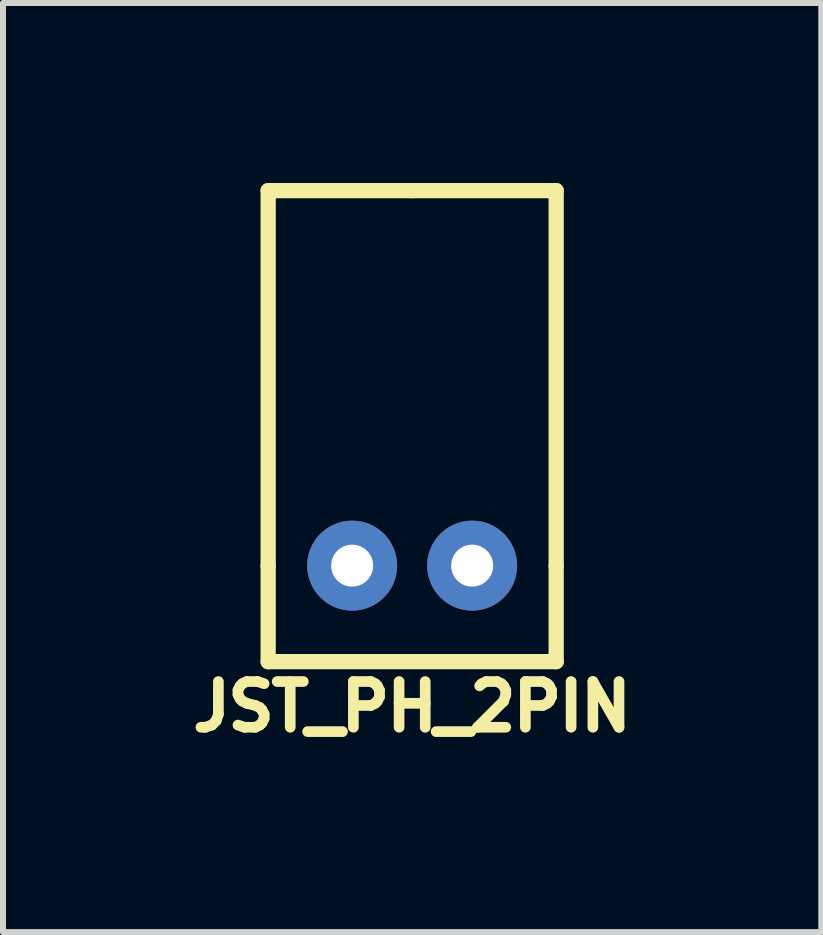
<source format=kicad_pcb>
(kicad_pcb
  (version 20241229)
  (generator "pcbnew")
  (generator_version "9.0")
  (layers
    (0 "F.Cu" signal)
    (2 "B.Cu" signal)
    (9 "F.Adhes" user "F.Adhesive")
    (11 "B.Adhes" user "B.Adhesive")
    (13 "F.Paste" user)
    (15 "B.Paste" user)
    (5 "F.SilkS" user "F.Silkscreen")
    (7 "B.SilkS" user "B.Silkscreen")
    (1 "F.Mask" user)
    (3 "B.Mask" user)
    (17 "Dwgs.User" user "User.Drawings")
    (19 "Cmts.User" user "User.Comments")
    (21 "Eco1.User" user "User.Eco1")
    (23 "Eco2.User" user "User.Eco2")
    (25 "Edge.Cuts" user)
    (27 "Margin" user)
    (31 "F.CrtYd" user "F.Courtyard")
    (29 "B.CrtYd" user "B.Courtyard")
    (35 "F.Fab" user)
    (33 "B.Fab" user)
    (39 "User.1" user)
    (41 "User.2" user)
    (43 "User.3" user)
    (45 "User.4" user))
  (footprint "JST_PH_2PIN"
    (layer "F.Cu")
    (at 3.819 6.377)
    (property "Reference" "JST_PH_2PIN" (at 0 2.35 0) (layer "F.SilkS") (effects (font (size 0.762 0.762) (thickness 0.178))))
    (attr through_hole)
    (fp_line (start -2.4 -6.25) (end 0 -6.25) (stroke (width 0.254) (type solid)) (layer "F.SilkS"))
    (fp_line (start -2.4 0) (end -2.4 -6.25) (stroke (width 0.254) (type solid)) (layer "F.SilkS"))
    (fp_line (start -2.4 1.6) (end -2.4 0) (stroke (width 0.254) (type solid)) (layer "F.SilkS"))
    (fp_line (start 0 -6.25) (end 2.4 -6.25) (stroke (width 0.254) (type solid)) (layer "F.SilkS"))
    (fp_line (start 2.4 -6.25) (end 2.4 0) (stroke (width 0.254) (type solid)) (layer "F.SilkS"))
    (fp_line (start 2.4 0) (end 2.4 1.6) (stroke (width 0.254) (type solid)) (layer "F.SilkS"))
    (fp_line (start 2.4 1.6) (end -2.4 1.6) (stroke (width 0.254) (type solid)) (layer "F.SilkS"))
    (pad "1" thru_hole circle (at -1 0) (size 1.5 1.5) (drill 0.7) (layers "*.Cu" "*.Mask"))
    (pad "2" thru_hole circle (at 1 0) (size 1.5 1.5) (drill 0.7) (layers "*.Cu" "*.Mask")))
  (gr_rect
    (start -3 -3)
    (end 10.638 12.485)
    (stroke (width 0.1) (type default))
    (fill no)
    (layer "Edge.Cuts")))
</source>
